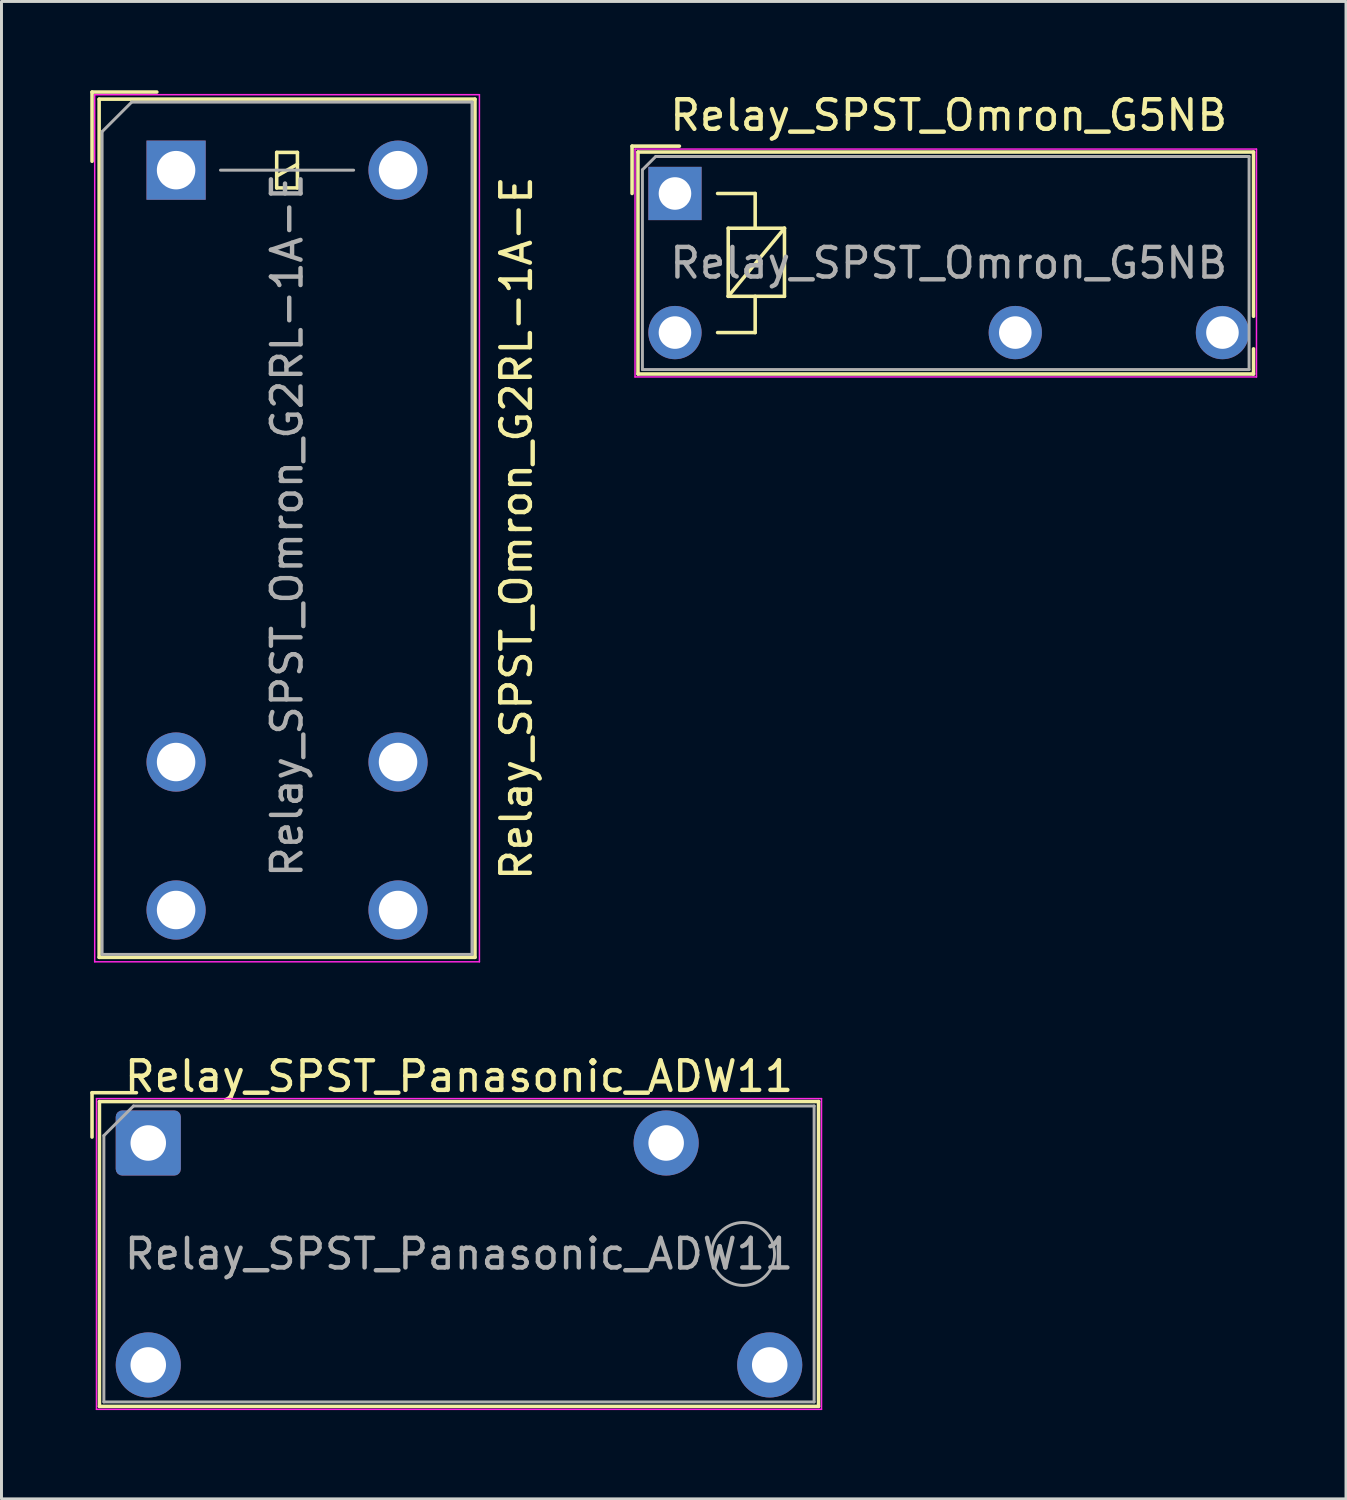
<source format=kicad_pcb>
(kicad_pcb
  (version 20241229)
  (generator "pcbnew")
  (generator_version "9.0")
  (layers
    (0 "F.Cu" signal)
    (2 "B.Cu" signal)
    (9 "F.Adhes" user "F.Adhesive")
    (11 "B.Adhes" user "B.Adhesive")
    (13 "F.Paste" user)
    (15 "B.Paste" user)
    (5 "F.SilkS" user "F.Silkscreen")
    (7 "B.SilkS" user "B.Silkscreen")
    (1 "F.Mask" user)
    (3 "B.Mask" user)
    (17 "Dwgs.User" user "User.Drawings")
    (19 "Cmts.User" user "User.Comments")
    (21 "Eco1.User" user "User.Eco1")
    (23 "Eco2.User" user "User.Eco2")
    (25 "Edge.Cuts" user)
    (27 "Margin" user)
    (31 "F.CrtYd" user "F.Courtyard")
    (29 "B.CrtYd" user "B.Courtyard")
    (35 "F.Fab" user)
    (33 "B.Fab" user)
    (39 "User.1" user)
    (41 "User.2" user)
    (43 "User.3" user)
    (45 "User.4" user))
  (footprint "Relay_SPST_Panasonic_ADW11"
    (layer "F.Cu")
    (at 1.96 35.573)
    (property "Reference" "Relay_SPST_Panasonic_ADW11" (at 10.5 -2.25 0) (layer "F.SilkS") (effects (font (size 1 1) (thickness 0.15))))
    (attr through_hole)
    (fp_line (start -1.9 -1.7) (end -0.4 -1.7) (stroke (width 0.12) (type solid)) (layer "F.SilkS"))
    (fp_line (start -1.9 -0.2) (end -1.9 -1.7) (stroke (width 0.12) (type solid)) (layer "F.SilkS"))
    (fp_line (start -1.65 -1.4) (end -1.65 8.9) (stroke (width 0.12) (type solid)) (layer "F.SilkS"))
    (fp_line (start -1.65 -1.4) (end 22.65 -1.4) (stroke (width 0.12) (type solid)) (layer "F.SilkS"))
    (fp_line (start -1.65 8.9) (end 22.65 8.9) (stroke (width 0.12) (type solid)) (layer "F.SilkS"))
    (fp_line (start 22.65 -1.4) (end 22.65 8.9) (stroke (width 0.12) (type solid)) (layer "F.SilkS"))
    (fp_line (start -1.75 -1.5) (end -1.75 9) (stroke (width 0.05) (type solid)) (layer "F.CrtYd"))
    (fp_line (start -1.75 9) (end 22.75 9) (stroke (width 0.05) (type solid)) (layer "F.CrtYd"))
    (fp_line (start 22.75 -1.5) (end -1.75 -1.5) (stroke (width 0.05) (type solid)) (layer "F.CrtYd"))
    (fp_line (start 22.75 -1.5) (end 22.75 9) (stroke (width 0.05) (type solid)) (layer "F.CrtYd"))
    (fp_line (start -1.5 8.75) (end -1.5 -0.25) (stroke (width 0.1) (type solid)) (layer "F.Fab"))
    (fp_line (start -0.5 -1.25) (end -1.5 -0.25) (stroke (width 0.1) (type solid)) (layer "F.Fab"))
    (fp_line (start -0.5 -1.25) (end 22.5 -1.25) (stroke (width 0.1) (type solid)) (layer "F.Fab"))
    (fp_line (start 22.5 -1.25) (end 22.5 8.75) (stroke (width 0.1) (type solid)) (layer "F.Fab"))
    (fp_line (start 22.5 8.75) (end -1.5 8.75) (stroke (width 0.1) (type solid)) (layer "F.Fab"))
    (fp_circle (center 20.1 3.75) (end 20.8 2.95) (stroke (width 0.1) (type default)) (fill no) (layer "F.Fab"))
    (fp_text user "${REFERENCE}" (at 10.5 3.75 0) (layer "F.Fab") (effects (font (size 1 1) (thickness 0.15))))
    (pad "13" thru_hole oval (at 17.5 0) (size 2.2 2.2) (drill 1.2) (layers "*.Cu" "*.Mask"))
    (pad "14" thru_hole oval (at 21 7.5) (size 2.2 2.2) (drill 1.2) (layers "*.Cu" "*.Mask"))
    (pad "A1" thru_hole roundrect (at 0 0) (size 2.2 2.2) (drill 1.2) (layers "*.Cu" "*.Mask") (roundrect_rratio 0.1))
    (pad "A2" thru_hole circle (at 0 7.5) (size 2.2 2.2) (drill 1.2) (layers "*.Cu" "*.Mask")))
  (footprint "Relay_SPST_Omron_G2RL-1A-E"
    (layer "F.Cu")
    (at 2.9 2.7)
    (property "Reference" "Relay_SPST_Omron_G2RL-1A-E" (at 11.5 12.1 90) (layer "F.SilkS") (effects (font (size 1 1) (thickness 0.15))))
    (attr through_hole)
    (fp_line (start -2.84 -2.64) (end -0.65 -2.64) (stroke (width 0.12) (type solid)) (layer "F.SilkS"))
    (fp_line (start -2.84 -0.3) (end -2.84 -2.64) (stroke (width 0.12) (type solid)) (layer "F.SilkS"))
    (fp_line (start -2.6 -2.4) (end -2.6 26.6) (stroke (width 0.12) (type solid)) (layer "F.SilkS"))
    (fp_line (start -2.6 26.6) (end 10.1 26.6) (stroke (width 0.12) (type solid)) (layer "F.SilkS"))
    (fp_line (start 3.4 -0.6) (end 3.4 0.6) (stroke (width 0.12) (type solid)) (layer "F.SilkS"))
    (fp_line (start 3.4 0.2) (end 4.1 -0.2) (stroke (width 0.12) (type solid)) (layer "F.SilkS"))
    (fp_line (start 3.4 0.6) (end 4.1 0.6) (stroke (width 0.12) (type solid)) (layer "F.SilkS"))
    (fp_line (start 4.1 -0.6) (end 3.4 -0.6) (stroke (width 0.12) (type solid)) (layer "F.SilkS"))
    (fp_line (start 4.1 0.6) (end 4.1 -0.6) (stroke (width 0.12) (type solid)) (layer "F.SilkS"))
    (fp_line (start 10.1 -2.4) (end -2.6 -2.4) (stroke (width 0.12) (type solid)) (layer "F.SilkS"))
    (fp_line (start 10.1 26.6) (end 10.1 -2.4) (stroke (width 0.12) (type solid)) (layer "F.SilkS"))
    (fp_line (start -2.75 -2.55) (end -2.75 26.75) (stroke (width 0.05) (type solid)) (layer "F.CrtYd"))
    (fp_line (start -2.75 26.75) (end 10.25 26.75) (stroke (width 0.05) (type solid)) (layer "F.CrtYd"))
    (fp_line (start 10.25 -2.55) (end -2.75 -2.55) (stroke (width 0.05) (type solid)) (layer "F.CrtYd"))
    (fp_line (start 10.25 26.75) (end 10.25 -2.55) (stroke (width 0.05) (type solid)) (layer "F.CrtYd"))
    (fp_line (start -2.5 -1.3) (end -2.5 26.5) (stroke (width 0.1) (type solid)) (layer "F.Fab"))
    (fp_line (start -2.5 26.5) (end 10 26.5) (stroke (width 0.1) (type solid)) (layer "F.Fab"))
    (fp_line (start -1.5 -2.3) (end -2.5 -1.3) (stroke (width 0.1) (type solid)) (layer "F.Fab"))
    (fp_line (start 1.5 0) (end 6 0) (stroke (width 0.1) (type solid)) (layer "F.Fab"))
    (fp_line (start 10 -2.3) (end -1.5 -2.3) (stroke (width 0.1) (type solid)) (layer "F.Fab"))
    (fp_line (start 10 26.5) (end 10 -2.3) (stroke (width 0.1) (type solid)) (layer "F.Fab"))
    (fp_text user "${REFERENCE}" (at 3.75 12 90) (layer "F.Fab") (effects (font (size 1 1) (thickness 0.15))))
    (pad "13" thru_hole circle (at 0 20) (size 2 2) (drill 1.3) (layers "*.Cu" "*.Mask"))
    (pad "13" thru_hole circle (at 7.5 20) (size 2 2) (drill 1.3) (layers "*.Cu" "*.Mask"))
    (pad "14" thru_hole circle (at 0 25) (size 2 2) (drill 1.3) (layers "*.Cu" "*.Mask"))
    (pad "14" thru_hole circle (at 7.5 25) (size 2 2) (drill 1.3) (layers "*.Cu" "*.Mask"))
    (pad "A1" thru_hole rect (at 0 0) (size 2 2) (drill 1.3) (layers "*.Cu" "*.Mask"))
    (pad "A2" thru_hole circle (at 7.5 0) (size 2 2) (drill 1.3) (layers "*.Cu" "*.Mask")))
  (footprint "Relay_SPST_Omron_G5NB"
    (layer "F.Cu")
    (at 19.758 3.488)
    (property "Reference" "Relay_SPST_Omron_G5NB" (at 9.25 -2.64 0) (layer "F.SilkS") (effects (font (size 1 1) (thickness 0.15))))
    (attr through_hole)
    (fp_line (start -1.45 -1.6) (end -1.45 0) (stroke (width 0.12) (type solid)) (layer "F.SilkS"))
    (fp_line (start -1.25 -1.4) (end -1.25 6.1) (stroke (width 0.12) (type solid)) (layer "F.SilkS"))
    (fp_line (start -1.25 6.1) (end 19.55 6.1) (stroke (width 0.12) (type solid)) (layer "F.SilkS"))
    (fp_line (start 0.15 -1.6) (end -1.45 -1.6) (stroke (width 0.12) (type solid)) (layer "F.SilkS"))
    (fp_line (start 1.44 4.7) (end 2.71 4.7) (stroke (width 0.12) (type solid)) (layer "F.SilkS"))
    (fp_line (start 1.8 1.175) (end 1.8 3.475) (stroke (width 0.12) (type solid)) (layer "F.SilkS"))
    (fp_line (start 1.8 3.475) (end 3.7 1.175) (stroke (width 0.12) (type solid)) (layer "F.SilkS"))
    (fp_line (start 1.8 3.475) (end 3.7 3.475) (stroke (width 0.12) (type solid)) (layer "F.SilkS"))
    (fp_line (start 2.71 0) (end 1.44 0) (stroke (width 0.12) (type solid)) (layer "F.SilkS"))
    (fp_line (start 2.71 1.175) (end 2.71 0) (stroke (width 0.12) (type solid)) (layer "F.SilkS"))
    (fp_line (start 2.71 4.7) (end 2.71 3.475) (stroke (width 0.12) (type solid)) (layer "F.SilkS"))
    (fp_line (start 3.7 1.175) (end 1.8 1.175) (stroke (width 0.12) (type solid)) (layer "F.SilkS"))
    (fp_line (start 3.7 3.475) (end 3.7 1.175) (stroke (width 0.12) (type solid)) (layer "F.SilkS"))
    (fp_line (start 19.55 -1.4) (end -1.25 -1.4) (stroke (width 0.12) (type solid)) (layer "F.SilkS"))
    (fp_line (start 19.55 4.15) (end 19.55 -1.4) (stroke (width 0.12) (type solid)) (layer "F.SilkS"))
    (fp_line (start 19.55 6.1) (end 19.55 5.25) (stroke (width 0.12) (type default)) (layer "F.SilkS"))
    (fp_line (start -1.35 -1.5) (end -1.35 6.2) (stroke (width 0.05) (type solid)) (layer "F.CrtYd"))
    (fp_line (start -1.35 6.2) (end 19.65 6.2) (stroke (width 0.05) (type solid)) (layer "F.CrtYd"))
    (fp_line (start 19.65 -1.5) (end -1.35 -1.5) (stroke (width 0.05) (type solid)) (layer "F.CrtYd"))
    (fp_line (start 19.65 6.2) (end 19.65 -1.5) (stroke (width 0.05) (type solid)) (layer "F.CrtYd"))
    (fp_line (start -1.1 -0.8) (end -1.1 5.95) (stroke (width 0.1) (type solid)) (layer "F.Fab"))
    (fp_line (start -1.1 5.95) (end 19.4 5.95) (stroke (width 0.1) (type solid)) (layer "F.Fab"))
    (fp_line (start -0.65 -1.25) (end -1.1 -0.8) (stroke (width 0.1) (type solid)) (layer "F.Fab"))
    (fp_line (start 19.4 -1.25) (end -0.65 -1.25) (stroke (width 0.1) (type solid)) (layer "F.Fab"))
    (fp_line (start 19.4 5.95) (end 19.4 -1.25) (stroke (width 0.1) (type solid)) (layer "F.Fab"))
    (fp_text user "${REFERENCE}" (at 9.25 2.35 180) (layer "F.Fab") (effects (font (size 1 1) (thickness 0.15))))
    (pad "13" thru_hole oval (at 11.5 4.7 180) (size 1.8 1.8) (drill 1.1) (layers "*.Cu" "*.Mask"))
    (pad "14" thru_hole oval (at 18.5 4.7 180) (size 1.8 1.8) (drill 1.1) (layers "*.Cu" "*.Mask"))
    (pad "A1" thru_hole rect (at 0 0 180) (size 1.8 1.8) (drill 1.1) (layers "*.Cu" "*.Mask"))
    (pad "A2" thru_hole oval (at 0 4.7 180) (size 1.8 1.8) (drill 1.1) (layers "*.Cu" "*.Mask")))
  (gr_rect
    (start -3 -3)
    (end 42.433 47.598)
    (stroke (width 0.1) (type default))
    (fill no)
    (layer "Edge.Cuts")))
</source>
